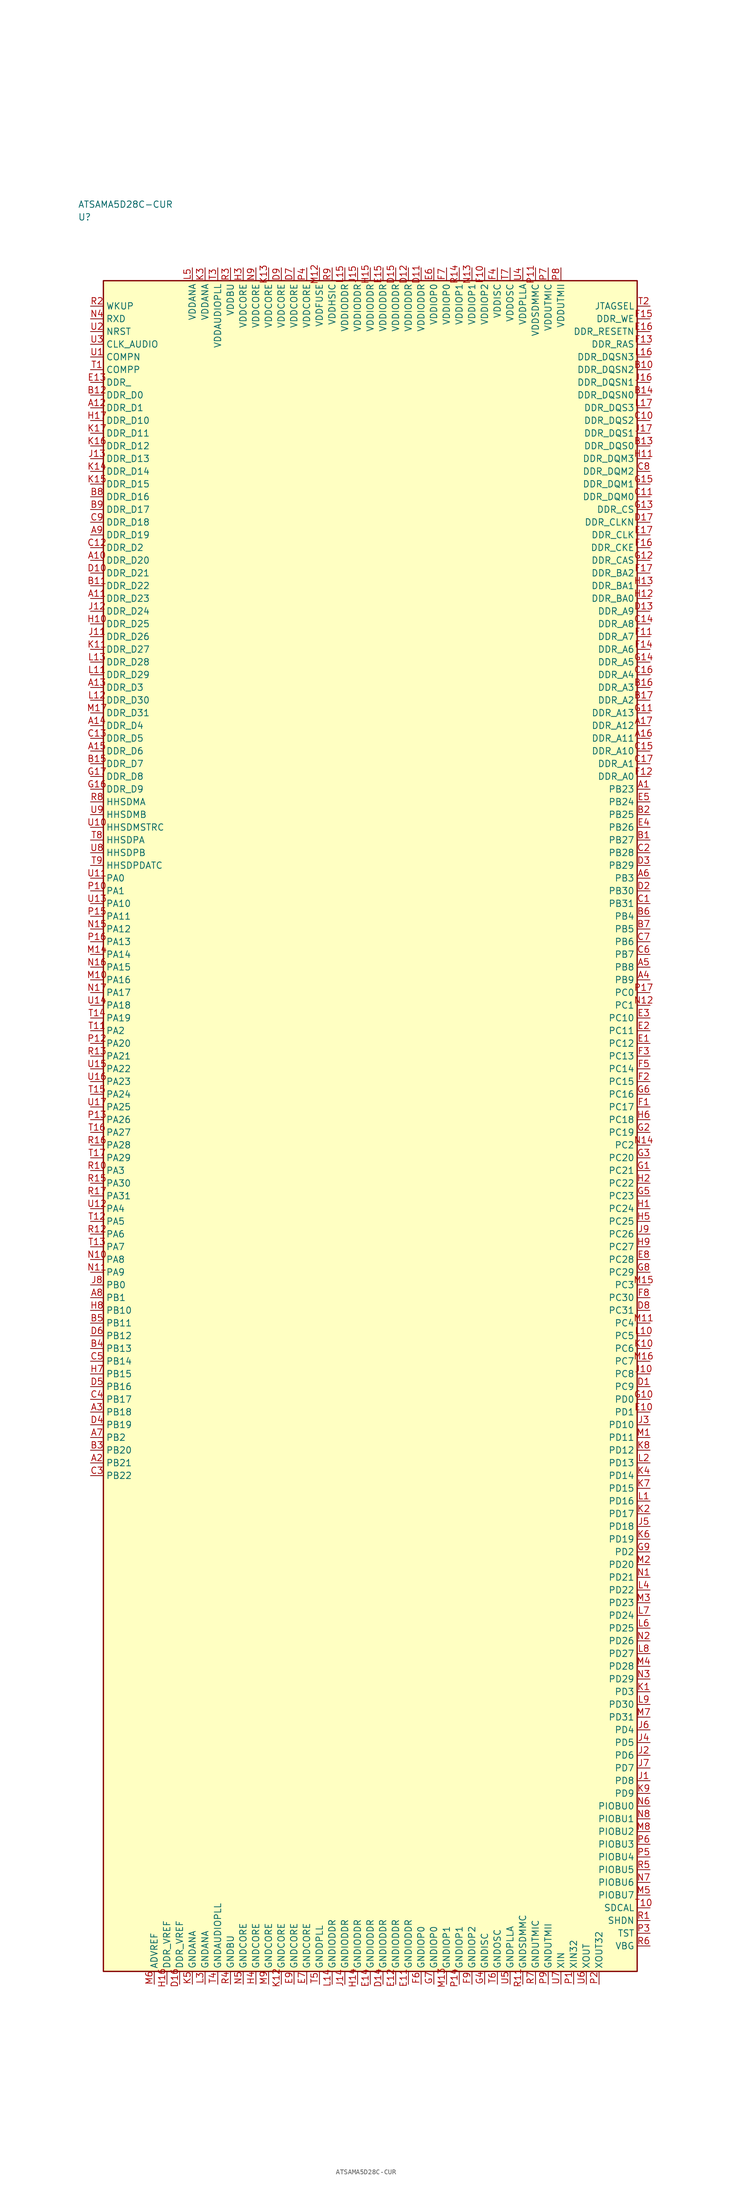
<source format=kicad_sym>
(kicad_symbol_lib
  (version 20241025)
  (generator "kicad_symbol_editor")
  (generator_version "8.0")
  (symbol "ATSAMA5D28C-CUR"
    (property "Reference" "U"
      (at -57.5 178.75 0)
      (effects (font (size 1.27 1.27)) (justify left)))
    (property "Value" "ATSAMA5D28C-CUR"
      (at -57.5 181.25 0)
      (effects (font (size 1.27 1.27)) (justify left)))
    (symbol "ATSAMA5D28C-CUR_0_1"
      (rectangle (start -52.5 166.25) (end 52.5 -166.25) (stroke (width 0.254) (type default)) (fill (type background))))
    (symbol "ATSAMA5D28C-CUR_1_1"
      (pin bidirectional line (at -55.04 48.75 0.0) (length 2.54) (name "PA0" (effects (font (size 1.27 1.27)))) (number "U11" (effects (font (size 1.27 1.27)))))
      (pin bidirectional line (at -55.04 46.25 0.0) (length 2.54) (name "PA1" (effects (font (size 1.27 1.27)))) (number "P10" (effects (font (size 1.27 1.27)))))
      (pin bidirectional line (at -55.04 18.75 0.0) (length 2.54) (name "PA2" (effects (font (size 1.27 1.27)))) (number "T11" (effects (font (size 1.27 1.27)))))
      (pin bidirectional line (at -55.04 -8.75 0.0) (length 2.54) (name "PA3" (effects (font (size 1.27 1.27)))) (number "R10" (effects (font (size 1.27 1.27)))))
      (pin bidirectional line (at -55.04 -16.25 0.0) (length 2.54) (name "PA4" (effects (font (size 1.27 1.27)))) (number "U12" (effects (font (size 1.27 1.27)))))
      (pin bidirectional line (at -55.04 -18.75 0.0) (length 2.54) (name "PA5" (effects (font (size 1.27 1.27)))) (number "T12" (effects (font (size 1.27 1.27)))))
      (pin bidirectional line (at -55.04 -21.25 0.0) (length 2.54) (name "PA6" (effects (font (size 1.27 1.27)))) (number "R12" (effects (font (size 1.27 1.27)))))
      (pin bidirectional line (at -55.04 -23.75 0.0) (length 2.54) (name "PA7" (effects (font (size 1.27 1.27)))) (number "T13" (effects (font (size 1.27 1.27)))))
      (pin bidirectional line (at -55.04 -26.25 0.0) (length 2.54) (name "PA8" (effects (font (size 1.27 1.27)))) (number "N10" (effects (font (size 1.27 1.27)))))
      (pin bidirectional line (at -55.04 -28.75 0.0) (length 2.54) (name "PA9" (effects (font (size 1.27 1.27)))) (number "N11" (effects (font (size 1.27 1.27)))))
      (pin bidirectional line (at -55.04 43.75 0.0) (length 2.54) (name "PA10" (effects (font (size 1.27 1.27)))) (number "U13" (effects (font (size 1.27 1.27)))))
      (pin bidirectional line (at -55.04 41.25 0.0) (length 2.54) (name "PA11" (effects (font (size 1.27 1.27)))) (number "P15" (effects (font (size 1.27 1.27)))))
      (pin bidirectional line (at -55.04 38.75 0.0) (length 2.54) (name "PA12" (effects (font (size 1.27 1.27)))) (number "N15" (effects (font (size 1.27 1.27)))))
      (pin bidirectional line (at -55.04 36.25 0.0) (length 2.54) (name "PA13" (effects (font (size 1.27 1.27)))) (number "P16" (effects (font (size 1.27 1.27)))))
      (pin bidirectional line (at -55.04 33.75 0.0) (length 2.54) (name "PA14" (effects (font (size 1.27 1.27)))) (number "M14" (effects (font (size 1.27 1.27)))))
      (pin bidirectional line (at -55.04 31.25 0.0) (length 2.54) (name "PA15" (effects (font (size 1.27 1.27)))) (number "N16" (effects (font (size 1.27 1.27)))))
      (pin bidirectional line (at -55.04 28.75 0.0) (length 2.54) (name "PA16" (effects (font (size 1.27 1.27)))) (number "M10" (effects (font (size 1.27 1.27)))))
      (pin bidirectional line (at -55.04 26.25 0.0) (length 2.54) (name "PA17" (effects (font (size 1.27 1.27)))) (number "N17" (effects (font (size 1.27 1.27)))))
      (pin bidirectional line (at -55.04 23.75 0.0) (length 2.54) (name "PA18" (effects (font (size 1.27 1.27)))) (number "U14" (effects (font (size 1.27 1.27)))))
      (pin bidirectional line (at -55.04 21.25 0.0) (length 2.54) (name "PA19" (effects (font (size 1.27 1.27)))) (number "T14" (effects (font (size 1.27 1.27)))))
      (pin bidirectional line (at -55.04 16.25 0.0) (length 2.54) (name "PA20" (effects (font (size 1.27 1.27)))) (number "P12" (effects (font (size 1.27 1.27)))))
      (pin bidirectional line (at -55.04 13.75 0.0) (length 2.54) (name "PA21" (effects (font (size 1.27 1.27)))) (number "R13" (effects (font (size 1.27 1.27)))))
      (pin bidirectional line (at -55.04 11.25 0.0) (length 2.54) (name "PA22" (effects (font (size 1.27 1.27)))) (number "U15" (effects (font (size 1.27 1.27)))))
      (pin bidirectional line (at -55.04 8.75 0.0) (length 2.54) (name "PA23" (effects (font (size 1.27 1.27)))) (number "U16" (effects (font (size 1.27 1.27)))))
      (pin bidirectional line (at -55.04 6.25 0.0) (length 2.54) (name "PA24" (effects (font (size 1.27 1.27)))) (number "T15" (effects (font (size 1.27 1.27)))))
      (pin bidirectional line (at -55.04 3.75 0.0) (length 2.54) (name "PA25" (effects (font (size 1.27 1.27)))) (number "U17" (effects (font (size 1.27 1.27)))))
      (pin bidirectional line (at -55.04 1.25 0.0) (length 2.54) (name "PA26" (effects (font (size 1.27 1.27)))) (number "P13" (effects (font (size 1.27 1.27)))))
      (pin bidirectional line (at -55.04 -1.25 0.0) (length 2.54) (name "PA27" (effects (font (size 1.27 1.27)))) (number "T16" (effects (font (size 1.27 1.27)))))
      (pin bidirectional line (at -55.04 -3.75 0.0) (length 2.54) (name "PA28" (effects (font (size 1.27 1.27)))) (number "R16" (effects (font (size 1.27 1.27)))))
      (pin bidirectional line (at -55.04 -6.25 0.0) (length 2.54) (name "PA29" (effects (font (size 1.27 1.27)))) (number "T17" (effects (font (size 1.27 1.27)))))
      (pin bidirectional line (at -55.04 -11.25 0.0) (length 2.54) (name "PA30" (effects (font (size 1.27 1.27)))) (number "R15" (effects (font (size 1.27 1.27)))))
      (pin bidirectional line (at -55.04 -13.75 0.0) (length 2.54) (name "PA31" (effects (font (size 1.27 1.27)))) (number "R17" (effects (font (size 1.27 1.27)))))
      (pin bidirectional line (at -55.04 -31.25 0.0) (length 2.54) (name "PB0" (effects (font (size 1.27 1.27)))) (number "J8" (effects (font (size 1.27 1.27)))))
      (pin bidirectional line (at -55.04 -33.75 0.0) (length 2.54) (name "PB1" (effects (font (size 1.27 1.27)))) (number "A8" (effects (font (size 1.27 1.27)))))
      (pin bidirectional line (at -55.04 -61.25 0.0) (length 2.54) (name "PB2" (effects (font (size 1.27 1.27)))) (number "A7" (effects (font (size 1.27 1.27)))))
      (pin bidirectional line (at 55.04 48.75 180.0) (length 2.54) (name "PB3" (effects (font (size 1.27 1.27)))) (number "A6" (effects (font (size 1.27 1.27)))))
      (pin bidirectional line (at 55.04 41.25 180.0) (length 2.54) (name "PB4" (effects (font (size 1.27 1.27)))) (number "B6" (effects (font (size 1.27 1.27)))))
      (pin bidirectional line (at 55.04 38.75 180.0) (length 2.54) (name "PB5" (effects (font (size 1.27 1.27)))) (number "B7" (effects (font (size 1.27 1.27)))))
      (pin bidirectional line (at 55.04 36.25 180.0) (length 2.54) (name "PB6" (effects (font (size 1.27 1.27)))) (number "C7" (effects (font (size 1.27 1.27)))))
      (pin bidirectional line (at 55.04 33.75 180.0) (length 2.54) (name "PB7" (effects (font (size 1.27 1.27)))) (number "C6" (effects (font (size 1.27 1.27)))))
      (pin bidirectional line (at 55.04 31.25 180.0) (length 2.54) (name "PB8" (effects (font (size 1.27 1.27)))) (number "A5" (effects (font (size 1.27 1.27)))))
      (pin bidirectional line (at 55.04 28.75 180.0) (length 2.54) (name "PB9" (effects (font (size 1.27 1.27)))) (number "A4" (effects (font (size 1.27 1.27)))))
      (pin bidirectional line (at -55.04 -36.25 0.0) (length 2.54) (name "PB10" (effects (font (size 1.27 1.27)))) (number "H8" (effects (font (size 1.27 1.27)))))
      (pin bidirectional line (at -55.04 -38.75 0.0) (length 2.54) (name "PB11" (effects (font (size 1.27 1.27)))) (number "B5" (effects (font (size 1.27 1.27)))))
      (pin bidirectional line (at -55.04 -41.25 0.0) (length 2.54) (name "PB12" (effects (font (size 1.27 1.27)))) (number "D6" (effects (font (size 1.27 1.27)))))
      (pin bidirectional line (at -55.04 -43.75 0.0) (length 2.54) (name "PB13" (effects (font (size 1.27 1.27)))) (number "B4" (effects (font (size 1.27 1.27)))))
      (pin bidirectional line (at -55.04 -46.25 0.0) (length 2.54) (name "PB14" (effects (font (size 1.27 1.27)))) (number "C5" (effects (font (size 1.27 1.27)))))
      (pin bidirectional line (at -55.04 -48.75 0.0) (length 2.54) (name "PB15" (effects (font (size 1.27 1.27)))) (number "H7" (effects (font (size 1.27 1.27)))))
      (pin bidirectional line (at -55.04 -51.25 0.0) (length 2.54) (name "PB16" (effects (font (size 1.27 1.27)))) (number "D5" (effects (font (size 1.27 1.27)))))
      (pin bidirectional line (at -55.04 -53.75 0.0) (length 2.54) (name "PB17" (effects (font (size 1.27 1.27)))) (number "C4" (effects (font (size 1.27 1.27)))))
      (pin bidirectional line (at -55.04 -56.25 0.0) (length 2.54) (name "PB18" (effects (font (size 1.27 1.27)))) (number "A3" (effects (font (size 1.27 1.27)))))
      (pin bidirectional line (at -55.04 -58.75 0.0) (length 2.54) (name "PB19" (effects (font (size 1.27 1.27)))) (number "D4" (effects (font (size 1.27 1.27)))))
      (pin bidirectional line (at -55.04 -63.75 0.0) (length 2.54) (name "PB20" (effects (font (size 1.27 1.27)))) (number "B3" (effects (font (size 1.27 1.27)))))
      (pin bidirectional line (at -55.04 -66.25 0.0) (length 2.54) (name "PB21" (effects (font (size 1.27 1.27)))) (number "A2" (effects (font (size 1.27 1.27)))))
      (pin bidirectional line (at -55.04 -68.75 0.0) (length 2.54) (name "PB22" (effects (font (size 1.27 1.27)))) (number "C3" (effects (font (size 1.27 1.27)))))
      (pin bidirectional line (at 55.04 66.25 180.0) (length 2.54) (name "PB23" (effects (font (size 1.27 1.27)))) (number "A1" (effects (font (size 1.27 1.27)))))
      (pin bidirectional line (at 55.04 63.75 180.0) (length 2.54) (name "PB24" (effects (font (size 1.27 1.27)))) (number "E5" (effects (font (size 1.27 1.27)))))
      (pin bidirectional line (at 55.04 61.25 180.0) (length 2.54) (name "PB25" (effects (font (size 1.27 1.27)))) (number "B2" (effects (font (size 1.27 1.27)))))
      (pin bidirectional line (at 55.04 58.75 180.0) (length 2.54) (name "PB26" (effects (font (size 1.27 1.27)))) (number "E4" (effects (font (size 1.27 1.27)))))
      (pin bidirectional line (at 55.04 56.25 180.0) (length 2.54) (name "PB27" (effects (font (size 1.27 1.27)))) (number "B1" (effects (font (size 1.27 1.27)))))
      (pin bidirectional line (at 55.04 53.75 180.0) (length 2.54) (name "PB28" (effects (font (size 1.27 1.27)))) (number "C2" (effects (font (size 1.27 1.27)))))
      (pin bidirectional line (at 55.04 51.25 180.0) (length 2.54) (name "PB29" (effects (font (size 1.27 1.27)))) (number "D3" (effects (font (size 1.27 1.27)))))
      (pin bidirectional line (at 55.04 46.25 180.0) (length 2.54) (name "PB30" (effects (font (size 1.27 1.27)))) (number "D2" (effects (font (size 1.27 1.27)))))
      (pin bidirectional line (at 55.04 43.75 180.0) (length 2.54) (name "PB31" (effects (font (size 1.27 1.27)))) (number "C1" (effects (font (size 1.27 1.27)))))
      (pin bidirectional line (at 55.04 26.25 180.0) (length 2.54) (name "PC0" (effects (font (size 1.27 1.27)))) (number "P17" (effects (font (size 1.27 1.27)))))
      (pin bidirectional line (at 55.04 23.75 180.0) (length 2.54) (name "PC1" (effects (font (size 1.27 1.27)))) (number "N12" (effects (font (size 1.27 1.27)))))
      (pin bidirectional line (at 55.04 -3.75 180.0) (length 2.54) (name "PC2" (effects (font (size 1.27 1.27)))) (number "N14" (effects (font (size 1.27 1.27)))))
      (pin bidirectional line (at 55.04 -31.25 180.0) (length 2.54) (name "PC3" (effects (font (size 1.27 1.27)))) (number "M15" (effects (font (size 1.27 1.27)))))
      (pin bidirectional line (at 55.04 -38.75 180.0) (length 2.54) (name "PC4" (effects (font (size 1.27 1.27)))) (number "M11" (effects (font (size 1.27 1.27)))))
      (pin bidirectional line (at 55.04 -41.25 180.0) (length 2.54) (name "PC5" (effects (font (size 1.27 1.27)))) (number "L10" (effects (font (size 1.27 1.27)))))
      (pin bidirectional line (at 55.04 -43.75 180.0) (length 2.54) (name "PC6" (effects (font (size 1.27 1.27)))) (number "K10" (effects (font (size 1.27 1.27)))))
      (pin bidirectional line (at 55.04 -46.25 180.0) (length 2.54) (name "PC7" (effects (font (size 1.27 1.27)))) (number "M16" (effects (font (size 1.27 1.27)))))
      (pin bidirectional line (at 55.04 -48.75 180.0) (length 2.54) (name "PC8" (effects (font (size 1.27 1.27)))) (number "J10" (effects (font (size 1.27 1.27)))))
      (pin bidirectional line (at 55.04 -51.25 180.0) (length 2.54) (name "PC9" (effects (font (size 1.27 1.27)))) (number "D1" (effects (font (size 1.27 1.27)))))
      (pin bidirectional line (at 55.04 21.25 180.0) (length 2.54) (name "PC10" (effects (font (size 1.27 1.27)))) (number "E3" (effects (font (size 1.27 1.27)))))
      (pin bidirectional line (at 55.04 18.75 180.0) (length 2.54) (name "PC11" (effects (font (size 1.27 1.27)))) (number "E2" (effects (font (size 1.27 1.27)))))
      (pin bidirectional line (at 55.04 16.25 180.0) (length 2.54) (name "PC12" (effects (font (size 1.27 1.27)))) (number "E1" (effects (font (size 1.27 1.27)))))
      (pin bidirectional line (at 55.04 13.75 180.0) (length 2.54) (name "PC13" (effects (font (size 1.27 1.27)))) (number "F3" (effects (font (size 1.27 1.27)))))
      (pin bidirectional line (at 55.04 11.25 180.0) (length 2.54) (name "PC14" (effects (font (size 1.27 1.27)))) (number "F5" (effects (font (size 1.27 1.27)))))
      (pin bidirectional line (at 55.04 8.75 180.0) (length 2.54) (name "PC15" (effects (font (size 1.27 1.27)))) (number "F2" (effects (font (size 1.27 1.27)))))
      (pin bidirectional line (at 55.04 6.25 180.0) (length 2.54) (name "PC16" (effects (font (size 1.27 1.27)))) (number "G6" (effects (font (size 1.27 1.27)))))
      (pin bidirectional line (at 55.04 3.75 180.0) (length 2.54) (name "PC17" (effects (font (size 1.27 1.27)))) (number "F1" (effects (font (size 1.27 1.27)))))
      (pin bidirectional line (at 55.04 1.25 180.0) (length 2.54) (name "PC18" (effects (font (size 1.27 1.27)))) (number "H6" (effects (font (size 1.27 1.27)))))
      (pin bidirectional line (at 55.04 -1.25 180.0) (length 2.54) (name "PC19" (effects (font (size 1.27 1.27)))) (number "G2" (effects (font (size 1.27 1.27)))))
      (pin bidirectional line (at 55.04 -6.25 180.0) (length 2.54) (name "PC20" (effects (font (size 1.27 1.27)))) (number "G3" (effects (font (size 1.27 1.27)))))
      (pin bidirectional line (at 55.04 -8.75 180.0) (length 2.54) (name "PC21" (effects (font (size 1.27 1.27)))) (number "G1" (effects (font (size 1.27 1.27)))))
      (pin bidirectional line (at 55.04 -11.25 180.0) (length 2.54) (name "PC22" (effects (font (size 1.27 1.27)))) (number "H2" (effects (font (size 1.27 1.27)))))
      (pin bidirectional line (at 55.04 -13.75 180.0) (length 2.54) (name "PC23" (effects (font (size 1.27 1.27)))) (number "G5" (effects (font (size 1.27 1.27)))))
      (pin bidirectional line (at 55.04 -16.25 180.0) (length 2.54) (name "PC24" (effects (font (size 1.27 1.27)))) (number "H1" (effects (font (size 1.27 1.27)))))
      (pin bidirectional line (at 55.04 -18.75 180.0) (length 2.54) (name "PC25" (effects (font (size 1.27 1.27)))) (number "H5" (effects (font (size 1.27 1.27)))))
      (pin bidirectional line (at 55.04 -21.25 180.0) (length 2.54) (name "PC26" (effects (font (size 1.27 1.27)))) (number "J9" (effects (font (size 1.27 1.27)))))
      (pin bidirectional line (at 55.04 -23.75 180.0) (length 2.54) (name "PC27" (effects (font (size 1.27 1.27)))) (number "H9" (effects (font (size 1.27 1.27)))))
      (pin bidirectional line (at 55.04 -26.25 180.0) (length 2.54) (name "PC28" (effects (font (size 1.27 1.27)))) (number "E8" (effects (font (size 1.27 1.27)))))
      (pin bidirectional line (at 55.04 -28.75 180.0) (length 2.54) (name "PC29" (effects (font (size 1.27 1.27)))) (number "G8" (effects (font (size 1.27 1.27)))))
      (pin bidirectional line (at 55.04 -33.75 180.0) (length 2.54) (name "PC30" (effects (font (size 1.27 1.27)))) (number "F8" (effects (font (size 1.27 1.27)))))
      (pin bidirectional line (at 55.04 -36.25 180.0) (length 2.54) (name "PC31" (effects (font (size 1.27 1.27)))) (number "D8" (effects (font (size 1.27 1.27)))))
      (pin bidirectional line (at 55.04 -53.75 180.0) (length 2.54) (name "PD0" (effects (font (size 1.27 1.27)))) (number "G10" (effects (font (size 1.27 1.27)))))
      (pin bidirectional line (at 55.04 -56.25 180.0) (length 2.54) (name "PD1" (effects (font (size 1.27 1.27)))) (number "E10" (effects (font (size 1.27 1.27)))))
      (pin bidirectional line (at 55.04 -83.75 180.0) (length 2.54) (name "PD2" (effects (font (size 1.27 1.27)))) (number "G9" (effects (font (size 1.27 1.27)))))
      (pin bidirectional line (at 55.04 -111.25 180.0) (length 2.54) (name "PD3" (effects (font (size 1.27 1.27)))) (number "K1" (effects (font (size 1.27 1.27)))))
      (pin bidirectional line (at 55.04 -118.75 180.0) (length 2.54) (name "PD4" (effects (font (size 1.27 1.27)))) (number "J6" (effects (font (size 1.27 1.27)))))
      (pin bidirectional line (at 55.04 -121.25 180.0) (length 2.54) (name "PD5" (effects (font (size 1.27 1.27)))) (number "J4" (effects (font (size 1.27 1.27)))))
      (pin bidirectional line (at 55.04 -123.75 180.0) (length 2.54) (name "PD6" (effects (font (size 1.27 1.27)))) (number "J2" (effects (font (size 1.27 1.27)))))
      (pin bidirectional line (at 55.04 -126.25 180.0) (length 2.54) (name "PD7" (effects (font (size 1.27 1.27)))) (number "J7" (effects (font (size 1.27 1.27)))))
      (pin bidirectional line (at 55.04 -128.75 180.0) (length 2.54) (name "PD8" (effects (font (size 1.27 1.27)))) (number "J1" (effects (font (size 1.27 1.27)))))
      (pin bidirectional line (at 55.04 -131.25 180.0) (length 2.54) (name "PD9" (effects (font (size 1.27 1.27)))) (number "K9" (effects (font (size 1.27 1.27)))))
      (pin bidirectional line (at 55.04 -58.75 180.0) (length 2.54) (name "PD10" (effects (font (size 1.27 1.27)))) (number "J3" (effects (font (size 1.27 1.27)))))
      (pin bidirectional line (at 55.04 -61.25 180.0) (length 2.54) (name "PD11" (effects (font (size 1.27 1.27)))) (number "M1" (effects (font (size 1.27 1.27)))))
      (pin bidirectional line (at 55.04 -63.75 180.0) (length 2.54) (name "PD12" (effects (font (size 1.27 1.27)))) (number "K8" (effects (font (size 1.27 1.27)))))
      (pin bidirectional line (at 55.04 -66.25 180.0) (length 2.54) (name "PD13" (effects (font (size 1.27 1.27)))) (number "L2" (effects (font (size 1.27 1.27)))))
      (pin bidirectional line (at 55.04 -68.75 180.0) (length 2.54) (name "PD14" (effects (font (size 1.27 1.27)))) (number "K4" (effects (font (size 1.27 1.27)))))
      (pin bidirectional line (at 55.04 -71.25 180.0) (length 2.54) (name "PD15" (effects (font (size 1.27 1.27)))) (number "K7" (effects (font (size 1.27 1.27)))))
      (pin bidirectional line (at 55.04 -73.75 180.0) (length 2.54) (name "PD16" (effects (font (size 1.27 1.27)))) (number "L1" (effects (font (size 1.27 1.27)))))
      (pin bidirectional line (at 55.04 -76.25 180.0) (length 2.54) (name "PD17" (effects (font (size 1.27 1.27)))) (number "K2" (effects (font (size 1.27 1.27)))))
      (pin bidirectional line (at 55.04 -78.75 180.0) (length 2.54) (name "PD18" (effects (font (size 1.27 1.27)))) (number "J5" (effects (font (size 1.27 1.27)))))
      (pin bidirectional line (at 55.04 -81.25 180.0) (length 2.54) (name "PD19" (effects (font (size 1.27 1.27)))) (number "K6" (effects (font (size 1.27 1.27)))))
      (pin bidirectional line (at 55.04 -86.25 180.0) (length 2.54) (name "PD20" (effects (font (size 1.27 1.27)))) (number "M2" (effects (font (size 1.27 1.27)))))
      (pin bidirectional line (at 55.04 -88.75 180.0) (length 2.54) (name "PD21" (effects (font (size 1.27 1.27)))) (number "N1" (effects (font (size 1.27 1.27)))))
      (pin bidirectional line (at 55.04 -91.25 180.0) (length 2.54) (name "PD22" (effects (font (size 1.27 1.27)))) (number "L4" (effects (font (size 1.27 1.27)))))
      (pin bidirectional line (at 55.04 -93.75 180.0) (length 2.54) (name "PD23" (effects (font (size 1.27 1.27)))) (number "M3" (effects (font (size 1.27 1.27)))))
      (pin bidirectional line (at 55.04 -96.25 180.0) (length 2.54) (name "PD24" (effects (font (size 1.27 1.27)))) (number "L7" (effects (font (size 1.27 1.27)))))
      (pin bidirectional line (at 55.04 -98.75 180.0) (length 2.54) (name "PD25" (effects (font (size 1.27 1.27)))) (number "L6" (effects (font (size 1.27 1.27)))))
      (pin bidirectional line (at 55.04 -101.25 180.0) (length 2.54) (name "PD26" (effects (font (size 1.27 1.27)))) (number "N2" (effects (font (size 1.27 1.27)))))
      (pin bidirectional line (at 55.04 -103.75 180.0) (length 2.54) (name "PD27" (effects (font (size 1.27 1.27)))) (number "L8" (effects (font (size 1.27 1.27)))))
      (pin bidirectional line (at 55.04 -106.25 180.0) (length 2.54) (name "PD28" (effects (font (size 1.27 1.27)))) (number "M4" (effects (font (size 1.27 1.27)))))
      (pin bidirectional line (at 55.04 -108.75 180.0) (length 2.54) (name "PD29" (effects (font (size 1.27 1.27)))) (number "N3" (effects (font (size 1.27 1.27)))))
      (pin bidirectional line (at 55.04 -113.75 180.0) (length 2.54) (name "PD30" (effects (font (size 1.27 1.27)))) (number "L9" (effects (font (size 1.27 1.27)))))
      (pin bidirectional line (at 55.04 -116.25 180.0) (length 2.54) (name "PD31" (effects (font (size 1.27 1.27)))) (number "M7" (effects (font (size 1.27 1.27)))))
      (pin power_in line (at -35.0 168.79 270.0) (length 2.54) (name "VDDANA" (effects (font (size 1.27 1.27)))) (number "L5" (effects (font (size 1.27 1.27)))))
      (pin passive line (at -35.0 -168.79 90.0) (length 2.54) (name "GNDANA" (effects (font (size 1.27 1.27)))) (number "K5" (effects (font (size 1.27 1.27)))))
      (pin passive line (at -42.5 -168.79 90.0) (length 2.54) (name "ADVREF" (effects (font (size 1.27 1.27)))) (number "M6" (effects (font (size 1.27 1.27)))))
      (pin power_in line (at -32.5 168.79 270.0) (length 2.54) (name "VDDANA" (effects (font (size 1.27 1.27)))) (number "K3" (effects (font (size 1.27 1.27)))))
      (pin passive line (at -32.5 -168.79 90.0) (length 2.54) (name "GNDANA" (effects (font (size 1.27 1.27)))) (number "L3" (effects (font (size 1.27 1.27)))))
      (pin passive line (at -40.0 -168.79 90.0) (length 2.54) (name "DDR_VREF" (effects (font (size 1.27 1.27)))) (number "H16" (effects (font (size 1.27 1.27)))))
      (pin passive line (at -37.5 -168.79 90.0) (length 2.54) (name "DDR_VREF" (effects (font (size 1.27 1.27)))) (number "D16" (effects (font (size 1.27 1.27)))))
      (pin bidirectional line (at -55.04 143.75 0.0) (length 2.54) (name "DDR_D0" (effects (font (size 1.27 1.27)))) (number "B12" (effects (font (size 1.27 1.27)))))
      (pin bidirectional line (at -55.04 141.25 0.0) (length 2.54) (name "DDR_D1" (effects (font (size 1.27 1.27)))) (number "A12" (effects (font (size 1.27 1.27)))))
      (pin bidirectional line (at -55.04 113.75 0.0) (length 2.54) (name "DDR_D2" (effects (font (size 1.27 1.27)))) (number "C12" (effects (font (size 1.27 1.27)))))
      (pin bidirectional line (at -55.04 86.25 0.0) (length 2.54) (name "DDR_D3" (effects (font (size 1.27 1.27)))) (number "A13" (effects (font (size 1.27 1.27)))))
      (pin bidirectional line (at -55.04 78.75 0.0) (length 2.54) (name "DDR_D4" (effects (font (size 1.27 1.27)))) (number "A14" (effects (font (size 1.27 1.27)))))
      (pin bidirectional line (at -55.04 76.25 0.0) (length 2.54) (name "DDR_D5" (effects (font (size 1.27 1.27)))) (number "C13" (effects (font (size 1.27 1.27)))))
      (pin bidirectional line (at -55.04 73.75 0.0) (length 2.54) (name "DDR_D6" (effects (font (size 1.27 1.27)))) (number "A15" (effects (font (size 1.27 1.27)))))
      (pin bidirectional line (at -55.04 71.25 0.0) (length 2.54) (name "DDR_D7" (effects (font (size 1.27 1.27)))) (number "B15" (effects (font (size 1.27 1.27)))))
      (pin bidirectional line (at -55.04 68.75 0.0) (length 2.54) (name "DDR_D8" (effects (font (size 1.27 1.27)))) (number "G17" (effects (font (size 1.27 1.27)))))
      (pin bidirectional line (at -55.04 66.25 0.0) (length 2.54) (name "DDR_D9" (effects (font (size 1.27 1.27)))) (number "G16" (effects (font (size 1.27 1.27)))))
      (pin bidirectional line (at -55.04 138.75 0.0) (length 2.54) (name "DDR_D10" (effects (font (size 1.27 1.27)))) (number "H17" (effects (font (size 1.27 1.27)))))
      (pin bidirectional line (at -55.04 136.25 0.0) (length 2.54) (name "DDR_D11" (effects (font (size 1.27 1.27)))) (number "K17" (effects (font (size 1.27 1.27)))))
      (pin bidirectional line (at -55.04 133.75 0.0) (length 2.54) (name "DDR_D12" (effects (font (size 1.27 1.27)))) (number "K16" (effects (font (size 1.27 1.27)))))
      (pin bidirectional line (at -55.04 131.25 0.0) (length 2.54) (name "DDR_D13" (effects (font (size 1.27 1.27)))) (number "J13" (effects (font (size 1.27 1.27)))))
      (pin bidirectional line (at -55.04 128.75 0.0) (length 2.54) (name "DDR_D14" (effects (font (size 1.27 1.27)))) (number "K14" (effects (font (size 1.27 1.27)))))
      (pin bidirectional line (at -55.04 126.25 0.0) (length 2.54) (name "DDR_D15" (effects (font (size 1.27 1.27)))) (number "K15" (effects (font (size 1.27 1.27)))))
      (pin bidirectional line (at -55.04 123.75 0.0) (length 2.54) (name "DDR_D16" (effects (font (size 1.27 1.27)))) (number "B8" (effects (font (size 1.27 1.27)))))
      (pin bidirectional line (at -55.04 121.25 0.0) (length 2.54) (name "DDR_D17" (effects (font (size 1.27 1.27)))) (number "B9" (effects (font (size 1.27 1.27)))))
      (pin bidirectional line (at -55.04 118.75 0.0) (length 2.54) (name "DDR_D18" (effects (font (size 1.27 1.27)))) (number "C9" (effects (font (size 1.27 1.27)))))
      (pin bidirectional line (at -55.04 116.25 0.0) (length 2.54) (name "DDR_D19" (effects (font (size 1.27 1.27)))) (number "A9" (effects (font (size 1.27 1.27)))))
      (pin bidirectional line (at -55.04 111.25 0.0) (length 2.54) (name "DDR_D20" (effects (font (size 1.27 1.27)))) (number "A10" (effects (font (size 1.27 1.27)))))
      (pin bidirectional line (at -55.04 108.75 0.0) (length 2.54) (name "DDR_D21" (effects (font (size 1.27 1.27)))) (number "D10" (effects (font (size 1.27 1.27)))))
      (pin bidirectional line (at -55.04 106.25 0.0) (length 2.54) (name "DDR_D22" (effects (font (size 1.27 1.27)))) (number "B11" (effects (font (size 1.27 1.27)))))
      (pin bidirectional line (at -55.04 103.75 0.0) (length 2.54) (name "DDR_D23" (effects (font (size 1.27 1.27)))) (number "A11" (effects (font (size 1.27 1.27)))))
      (pin bidirectional line (at -55.04 101.25 0.0) (length 2.54) (name "DDR_D24" (effects (font (size 1.27 1.27)))) (number "J12" (effects (font (size 1.27 1.27)))))
      (pin bidirectional line (at -55.04 98.75 0.0) (length 2.54) (name "DDR_D25" (effects (font (size 1.27 1.27)))) (number "H10" (effects (font (size 1.27 1.27)))))
      (pin bidirectional line (at -55.04 96.25 0.0) (length 2.54) (name "DDR_D26" (effects (font (size 1.27 1.27)))) (number "J11" (effects (font (size 1.27 1.27)))))
      (pin bidirectional line (at -55.04 93.75 0.0) (length 2.54) (name "DDR_D27" (effects (font (size 1.27 1.27)))) (number "K11" (effects (font (size 1.27 1.27)))))
      (pin bidirectional line (at -55.04 91.25 0.0) (length 2.54) (name "DDR_D28" (effects (font (size 1.27 1.27)))) (number "L13" (effects (font (size 1.27 1.27)))))
      (pin bidirectional line (at -55.04 88.75 0.0) (length 2.54) (name "DDR_D29" (effects (font (size 1.27 1.27)))) (number "L11" (effects (font (size 1.27 1.27)))))
      (pin bidirectional line (at -55.04 83.75 0.0) (length 2.54) (name "DDR_D30" (effects (font (size 1.27 1.27)))) (number "L12" (effects (font (size 1.27 1.27)))))
      (pin bidirectional line (at -55.04 81.25 0.0) (length 2.54) (name "DDR_D31" (effects (font (size 1.27 1.27)))) (number "M17" (effects (font (size 1.27 1.27)))))
      (pin output line (at 55.04 68.75 180.0) (length 2.54) (name "DDR_A0" (effects (font (size 1.27 1.27)))) (number "F12" (effects (font (size 1.27 1.27)))))
      (pin output line (at 55.04 71.25 180.0) (length 2.54) (name "DDR_A1" (effects (font (size 1.27 1.27)))) (number "C17" (effects (font (size 1.27 1.27)))))
      (pin output line (at 55.04 83.75 180.0) (length 2.54) (name "DDR_A2" (effects (font (size 1.27 1.27)))) (number "B17" (effects (font (size 1.27 1.27)))))
      (pin output line (at 55.04 86.25 180.0) (length 2.54) (name "DDR_A3" (effects (font (size 1.27 1.27)))) (number "B16" (effects (font (size 1.27 1.27)))))
      (pin output line (at 55.04 88.75 180.0) (length 2.54) (name "DDR_A4" (effects (font (size 1.27 1.27)))) (number "C16" (effects (font (size 1.27 1.27)))))
      (pin output line (at 55.04 91.25 180.0) (length 2.54) (name "DDR_A5" (effects (font (size 1.27 1.27)))) (number "G14" (effects (font (size 1.27 1.27)))))
      (pin output line (at 55.04 93.75 180.0) (length 2.54) (name "DDR_A6" (effects (font (size 1.27 1.27)))) (number "F14" (effects (font (size 1.27 1.27)))))
      (pin output line (at 55.04 96.25 180.0) (length 2.54) (name "DDR_A7" (effects (font (size 1.27 1.27)))) (number "F11" (effects (font (size 1.27 1.27)))))
      (pin output line (at 55.04 98.75 180.0) (length 2.54) (name "DDR_A8" (effects (font (size 1.27 1.27)))) (number "C14" (effects (font (size 1.27 1.27)))))
      (pin output line (at 55.04 101.25 180.0) (length 2.54) (name "DDR_A9" (effects (font (size 1.27 1.27)))) (number "D13" (effects (font (size 1.27 1.27)))))
      (pin output line (at 55.04 73.75 180.0) (length 2.54) (name "DDR_A10" (effects (font (size 1.27 1.27)))) (number "C15" (effects (font (size 1.27 1.27)))))
      (pin output line (at 55.04 76.25 180.0) (length 2.54) (name "DDR_A11" (effects (font (size 1.27 1.27)))) (number "A16" (effects (font (size 1.27 1.27)))))
      (pin output line (at 55.04 78.75 180.0) (length 2.54) (name "DDR_A12" (effects (font (size 1.27 1.27)))) (number "A17" (effects (font (size 1.27 1.27)))))
      (pin output line (at 55.04 81.25 180.0) (length 2.54) (name "DDR_A13" (effects (font (size 1.27 1.27)))) (number "G11" (effects (font (size 1.27 1.27)))))
      (pin output line (at 55.04 116.25 180.0) (length 2.54) (name "DDR_CLK" (effects (font (size 1.27 1.27)))) (number "E17" (effects (font (size 1.27 1.27)))))
      (pin output line (at 55.04 118.75 180.0) (length 2.54) (name "DDR_CLKN" (effects (font (size 1.27 1.27)))) (number "D17" (effects (font (size 1.27 1.27)))))
      (pin output line (at 55.04 113.75 180.0) (length 2.54) (name "DDR_CKE" (effects (font (size 1.27 1.27)))) (number "F16" (effects (font (size 1.27 1.27)))))
      (pin output line (at 55.04 156.25 180.0) (length 2.54) (name "DDR_RESETN" (effects (font (size 1.27 1.27)))) (number "E16" (effects (font (size 1.27 1.27)))))
      (pin output line (at 55.04 121.25 180.0) (length 2.54) (name "DDR_CS" (effects (font (size 1.27 1.27)))) (number "G13" (effects (font (size 1.27 1.27)))))
      (pin output line (at 55.04 158.75 180.0) (length 2.54) (name "DDR_WE" (effects (font (size 1.27 1.27)))) (number "F15" (effects (font (size 1.27 1.27)))))
      (pin output line (at 55.04 153.75 180.0) (length 2.54) (name "DDR_RAS" (effects (font (size 1.27 1.27)))) (number "F13" (effects (font (size 1.27 1.27)))))
      (pin output line (at 55.04 111.25 180.0) (length 2.54) (name "DDR_CAS" (effects (font (size 1.27 1.27)))) (number "G12" (effects (font (size 1.27 1.27)))))
      (pin output line (at 55.04 123.75 180.0) (length 2.54) (name "DDR_DQM0" (effects (font (size 1.27 1.27)))) (number "C11" (effects (font (size 1.27 1.27)))))
      (pin output line (at 55.04 126.25 180.0) (length 2.54) (name "DDR_DQM1" (effects (font (size 1.27 1.27)))) (number "G15" (effects (font (size 1.27 1.27)))))
      (pin output line (at 55.04 128.75 180.0) (length 2.54) (name "DDR_DQM2" (effects (font (size 1.27 1.27)))) (number "C8" (effects (font (size 1.27 1.27)))))
      (pin output line (at 55.04 131.25 180.0) (length 2.54) (name "DDR_DQM3" (effects (font (size 1.27 1.27)))) (number "H11" (effects (font (size 1.27 1.27)))))
      (pin output line (at 55.04 133.75 180.0) (length 2.54) (name "DDR_DQS0" (effects (font (size 1.27 1.27)))) (number "B13" (effects (font (size 1.27 1.27)))))
      (pin output line (at 55.04 136.25 180.0) (length 2.54) (name "DDR_DQS1" (effects (font (size 1.27 1.27)))) (number "J17" (effects (font (size 1.27 1.27)))))
      (pin output line (at 55.04 138.75 180.0) (length 2.54) (name "DDR_DQS2" (effects (font (size 1.27 1.27)))) (number "C10" (effects (font (size 1.27 1.27)))))
      (pin output line (at 55.04 141.25 180.0) (length 2.54) (name "DDR_DQS3" (effects (font (size 1.27 1.27)))) (number "L17" (effects (font (size 1.27 1.27)))))
      (pin output line (at 55.04 143.75 180.0) (length 2.54) (name "DDR_DQSN0" (effects (font (size 1.27 1.27)))) (number "B14" (effects (font (size 1.27 1.27)))))
      (pin output line (at 55.04 146.25 180.0) (length 2.54) (name "DDR_DQSN1" (effects (font (size 1.27 1.27)))) (number "J16" (effects (font (size 1.27 1.27)))))
      (pin output line (at 55.04 148.75 180.0) (length 2.54) (name "DDR_DQSN2" (effects (font (size 1.27 1.27)))) (number "B10" (effects (font (size 1.27 1.27)))))
      (pin output line (at 55.04 151.25 180.0) (length 2.54) (name "DDR_DQSN3" (effects (font (size 1.27 1.27)))) (number "L16" (effects (font (size 1.27 1.27)))))
      (pin output line (at 55.04 103.75 180.0) (length 2.54) (name "DDR_BA0" (effects (font (size 1.27 1.27)))) (number "H12" (effects (font (size 1.27 1.27)))))
      (pin output line (at 55.04 106.25 180.0) (length 2.54) (name "DDR_BA1" (effects (font (size 1.27 1.27)))) (number "H13" (effects (font (size 1.27 1.27)))))
      (pin output line (at 55.04 108.75 180.0) (length 2.54) (name "DDR_BA2" (effects (font (size 1.27 1.27)))) (number "F17" (effects (font (size 1.27 1.27)))))
      (pin bidirectional line (at -55.04 146.25 0.0) (length 2.54) (name "DDR_" (effects (font (size 1.27 1.27)))) (number "E13" (effects (font (size 1.27 1.27)))))
      (pin power_in line (at -5.0 168.79 270.0) (length 2.54) (name "VDDIODDR" (effects (font (size 1.27 1.27)))) (number "L15" (effects (font (size 1.27 1.27)))))
      (pin power_in line (at -2.5 168.79 270.0) (length 2.54) (name "VDDIODDR" (effects (font (size 1.27 1.27)))) (number "J15" (effects (font (size 1.27 1.27)))))
      (pin power_in line (at 0.0 168.79 270.0) (length 2.54) (name "VDDIODDR" (effects (font (size 1.27 1.27)))) (number "H15" (effects (font (size 1.27 1.27)))))
      (pin power_in line (at 2.5 168.79 270.0) (length 2.54) (name "VDDIODDR" (effects (font (size 1.27 1.27)))) (number "E15" (effects (font (size 1.27 1.27)))))
      (pin power_in line (at 5.0 168.79 270.0) (length 2.54) (name "VDDIODDR" (effects (font (size 1.27 1.27)))) (number "D15" (effects (font (size 1.27 1.27)))))
      (pin power_in line (at 7.5 168.79 270.0) (length 2.54) (name "VDDIODDR" (effects (font (size 1.27 1.27)))) (number "D12" (effects (font (size 1.27 1.27)))))
      (pin power_in line (at 10.0 168.79 270.0) (length 2.54) (name "VDDIODDR" (effects (font (size 1.27 1.27)))) (number "D11" (effects (font (size 1.27 1.27)))))
      (pin passive line (at -7.5 -168.79 90.0) (length 2.54) (name "GNDIODDR" (effects (font (size 1.27 1.27)))) (number "L14" (effects (font (size 1.27 1.27)))))
      (pin passive line (at -5.0 -168.79 90.0) (length 2.54) (name "GNDIODDR" (effects (font (size 1.27 1.27)))) (number "J14" (effects (font (size 1.27 1.27)))))
      (pin passive line (at -2.5 -168.79 90.0) (length 2.54) (name "GNDIODDR" (effects (font (size 1.27 1.27)))) (number "H14" (effects (font (size 1.27 1.27)))))
      (pin passive line (at 0.0 -168.79 90.0) (length 2.54) (name "GNDIODDR" (effects (font (size 1.27 1.27)))) (number "E14" (effects (font (size 1.27 1.27)))))
      (pin passive line (at 2.5 -168.79 90.0) (length 2.54) (name "GNDIODDR" (effects (font (size 1.27 1.27)))) (number "D14" (effects (font (size 1.27 1.27)))))
      (pin passive line (at 5.0 -168.79 90.0) (length 2.54) (name "GNDIODDR" (effects (font (size 1.27 1.27)))) (number "E12" (effects (font (size 1.27 1.27)))))
      (pin passive line (at 7.5 -168.79 90.0) (length 2.54) (name "GNDIODDR" (effects (font (size 1.27 1.27)))) (number "E11" (effects (font (size 1.27 1.27)))))
      (pin power_in line (at -25.0 168.79 270.0) (length 2.54) (name "VDDCORE" (effects (font (size 1.27 1.27)))) (number "H3" (effects (font (size 1.27 1.27)))))
      (pin passive line (at -25.0 -168.79 90.0) (length 2.54) (name "GNDCORE" (effects (font (size 1.27 1.27)))) (number "N5" (effects (font (size 1.27 1.27)))))
      (pin power_in line (at -22.5 168.79 270.0) (length 2.54) (name "VDDCORE" (effects (font (size 1.27 1.27)))) (number "N9" (effects (font (size 1.27 1.27)))))
      (pin power_in line (at -20.0 168.79 270.0) (length 2.54) (name "VDDCORE" (effects (font (size 1.27 1.27)))) (number "K13" (effects (font (size 1.27 1.27)))))
      (pin power_in line (at -17.5 168.79 270.0) (length 2.54) (name "VDDCORE" (effects (font (size 1.27 1.27)))) (number "D9" (effects (font (size 1.27 1.27)))))
      (pin power_in line (at -15.0 168.79 270.0) (length 2.54) (name "VDDCORE" (effects (font (size 1.27 1.27)))) (number "D7" (effects (font (size 1.27 1.27)))))
      (pin passive line (at -22.5 -168.79 90.0) (length 2.54) (name "GNDCORE" (effects (font (size 1.27 1.27)))) (number "H4" (effects (font (size 1.27 1.27)))))
      (pin bidirectional line (at 55.04 -151.25 180.0) (length 2.54) (name "PIOBU7" (effects (font (size 1.27 1.27)))) (number "M5" (effects (font (size 1.27 1.27)))))
      (pin passive line (at -20.0 -168.79 90.0) (length 2.54) (name "GNDCORE" (effects (font (size 1.27 1.27)))) (number "M9" (effects (font (size 1.27 1.27)))))
      (pin passive line (at -17.5 -168.79 90.0) (length 2.54) (name "GNDCORE" (effects (font (size 1.27 1.27)))) (number "K12" (effects (font (size 1.27 1.27)))))
      (pin passive line (at -15.0 -168.79 90.0) (length 2.54) (name "GNDCORE" (effects (font (size 1.27 1.27)))) (number "E9" (effects (font (size 1.27 1.27)))))
      (pin passive line (at -12.5 -168.79 90.0) (length 2.54) (name "GNDCORE" (effects (font (size 1.27 1.27)))) (number "E7" (effects (font (size 1.27 1.27)))))
      (pin power_in line (at 12.5 168.79 270.0) (length 2.54) (name "VDDIOP0" (effects (font (size 1.27 1.27)))) (number "E6" (effects (font (size 1.27 1.27)))))
      (pin power_in line (at 15.0 168.79 270.0) (length 2.54) (name "VDDIOP0" (effects (font (size 1.27 1.27)))) (number "F7" (effects (font (size 1.27 1.27)))))
      (pin passive line (at 10.0 -168.79 90.0) (length 2.54) (name "GNDIOP0" (effects (font (size 1.27 1.27)))) (number "F6" (effects (font (size 1.27 1.27)))))
      (pin passive line (at 12.5 -168.79 90.0) (length 2.54) (name "GNDIOP0" (effects (font (size 1.27 1.27)))) (number "G7" (effects (font (size 1.27 1.27)))))
      (pin power_in line (at 17.5 168.79 270.0) (length 2.54) (name "VDDIOP1" (effects (font (size 1.27 1.27)))) (number "R14" (effects (font (size 1.27 1.27)))))
      (pin power_in line (at 20.0 168.79 270.0) (length 2.54) (name "VDDIOP1" (effects (font (size 1.27 1.27)))) (number "N13" (effects (font (size 1.27 1.27)))))
      (pin passive line (at 15.0 -168.79 90.0) (length 2.54) (name "GNDIOP1" (effects (font (size 1.27 1.27)))) (number "M13" (effects (font (size 1.27 1.27)))))
      (pin passive line (at 17.5 -168.79 90.0) (length 2.54) (name "GNDIOP1" (effects (font (size 1.27 1.27)))) (number "P14" (effects (font (size 1.27 1.27)))))
      (pin power_in line (at 22.5 168.79 270.0) (length 2.54) (name "VDDIOP2" (effects (font (size 1.27 1.27)))) (number "F10" (effects (font (size 1.27 1.27)))))
      (pin passive line (at 20.0 -168.79 90.0) (length 2.54) (name "GNDIOP2" (effects (font (size 1.27 1.27)))) (number "F9" (effects (font (size 1.27 1.27)))))
      (pin power_in line (at 32.5 168.79 270.0) (length 2.54) (name "VDDSDMMC" (effects (font (size 1.27 1.27)))) (number "P11" (effects (font (size 1.27 1.27)))))
      (pin passive line (at 30.0 -168.79 90.0) (length 2.54) (name "GNDSDMMC" (effects (font (size 1.27 1.27)))) (number "R11" (effects (font (size 1.27 1.27)))))
      (pin power_in line (at 25.0 168.79 270.0) (length 2.54) (name "VDDISC" (effects (font (size 1.27 1.27)))) (number "F4" (effects (font (size 1.27 1.27)))))
      (pin passive line (at 22.5 -168.79 90.0) (length 2.54) (name "GNDISC" (effects (font (size 1.27 1.27)))) (number "G4" (effects (font (size 1.27 1.27)))))
      (pin power_in line (at -10.0 168.79 270.0) (length 2.54) (name "VDDFUSE" (effects (font (size 1.27 1.27)))) (number "M12" (effects (font (size 1.27 1.27)))))
      (pin power_in line (at 30.0 168.79 270.0) (length 2.54) (name "VDDPLLA" (effects (font (size 1.27 1.27)))) (number "U4" (effects (font (size 1.27 1.27)))))
      (pin passive line (at 27.5 -168.79 90.0) (length 2.54) (name "GNDPLLA" (effects (font (size 1.27 1.27)))) (number "U5" (effects (font (size 1.27 1.27)))))
      (pin power_in line (at -30.0 168.79 270.0) (length 2.54) (name "VDDAUDIOPLL" (effects (font (size 1.27 1.27)))) (number "T3" (effects (font (size 1.27 1.27)))))
      (pin passive line (at -10.0 -168.79 90.0) (length 2.54) (name "GNDDPLL" (effects (font (size 1.27 1.27)))) (number "T5" (effects (font (size 1.27 1.27)))))
      (pin passive line (at -30.0 -168.79 90.0) (length 2.54) (name "GNDAUDIOPLL" (effects (font (size 1.27 1.27)))) (number "T4" (effects (font (size 1.27 1.27)))))
      (pin bidirectional line (at -55.04 153.75 0.0) (length 2.54) (name "CLK_AUDIO" (effects (font (size 1.27 1.27)))) (number "U3" (effects (font (size 1.27 1.27)))))
      (pin passive line (at 37.5 -168.79 90.0) (length 2.54) (name "XIN" (effects (font (size 1.27 1.27)))) (number "U7" (effects (font (size 1.27 1.27)))))
      (pin passive line (at 42.5 -168.79 90.0) (length 2.54) (name "XOUT" (effects (font (size 1.27 1.27)))) (number "U6" (effects (font (size 1.27 1.27)))))
      (pin power_in line (at 27.5 168.79 270.0) (length 2.54) (name "VDDOSC" (effects (font (size 1.27 1.27)))) (number "T7" (effects (font (size 1.27 1.27)))))
      (pin passive line (at 25.0 -168.79 90.0) (length 2.54) (name "GNDOSC" (effects (font (size 1.27 1.27)))) (number "T6" (effects (font (size 1.27 1.27)))))
      (pin power_in line (at 37.5 168.79 270.0) (length 2.54) (name "VDDUTMII" (effects (font (size 1.27 1.27)))) (number "P8" (effects (font (size 1.27 1.27)))))
      (pin power_in line (at -7.5 168.79 270.0) (length 2.54) (name "VDDHSIC" (effects (font (size 1.27 1.27)))) (number "R9" (effects (font (size 1.27 1.27)))))
      (pin passive line (at 35.0 -168.79 90.0) (length 2.54) (name "GNDUTMII" (effects (font (size 1.27 1.27)))) (number "P9" (effects (font (size 1.27 1.27)))))
      (pin bidirectional line (at -55.04 56.25 0.0) (length 2.54) (name "HHSDPA" (effects (font (size 1.27 1.27)))) (number "T8" (effects (font (size 1.27 1.27)))))
      (pin bidirectional line (at -55.04 63.75 0.0) (length 2.54) (name "HHSDMA" (effects (font (size 1.27 1.27)))) (number "R8" (effects (font (size 1.27 1.27)))))
      (pin bidirectional line (at -55.04 53.75 0.0) (length 2.54) (name "HHSDPB" (effects (font (size 1.27 1.27)))) (number "U8" (effects (font (size 1.27 1.27)))))
      (pin bidirectional line (at -55.04 61.25 0.0) (length 2.54) (name "HHSDMB" (effects (font (size 1.27 1.27)))) (number "U9" (effects (font (size 1.27 1.27)))))
      (pin bidirectional line (at -55.04 51.25 0.0) (length 2.54) (name "HHSDPDATC" (effects (font (size 1.27 1.27)))) (number "T9" (effects (font (size 1.27 1.27)))))
      (pin bidirectional line (at -55.04 58.75 0.0) (length 2.54) (name "HHSDMSTRC" (effects (font (size 1.27 1.27)))) (number "U10" (effects (font (size 1.27 1.27)))))
      (pin power_in line (at 35.0 168.79 270.0) (length 2.54) (name "VDDUTMIC" (effects (font (size 1.27 1.27)))) (number "P7" (effects (font (size 1.27 1.27)))))
      (pin passive line (at 32.5 -168.79 90.0) (length 2.54) (name "GNDUTMIC" (effects (font (size 1.27 1.27)))) (number "R7" (effects (font (size 1.27 1.27)))))
      (pin bidirectional line (at 55.04 -153.75 180.0) (length 2.54) (name "SDCAL" (effects (font (size 1.27 1.27)))) (number "T10" (effects (font (size 1.27 1.27)))))
      (pin bidirectional line (at 55.04 -161.25 180.0) (length 2.54) (name "VBG" (effects (font (size 1.27 1.27)))) (number "R6" (effects (font (size 1.27 1.27)))))
      (pin bidirectional line (at 55.04 -158.75 180.0) (length 2.54) (name "TST" (effects (font (size 1.27 1.27)))) (number "P3" (effects (font (size 1.27 1.27)))))
      (pin input line (at -55.04 156.25 0.0) (length 2.54) (name "NRST" (effects (font (size 1.27 1.27)))) (number "U2" (effects (font (size 1.27 1.27)))))
      (pin output line (at 55.04 161.25 180.0) (length 2.54) (name "JTAGSEL" (effects (font (size 1.27 1.27)))) (number "T2" (effects (font (size 1.27 1.27)))))
      (pin power_in line (at -12.5 168.79 270.0) (length 2.54) (name "VDDCORE" (effects (font (size 1.27 1.27)))) (number "P4" (effects (font (size 1.27 1.27)))))
      (pin input line (at -55.04 158.75 0.0) (length 2.54) (name "RXD" (effects (font (size 1.27 1.27)))) (number "N4" (effects (font (size 1.27 1.27)))))
      (pin bidirectional line (at 55.04 -156.25 180.0) (length 2.54) (name "SHDN" (effects (font (size 1.27 1.27)))) (number "R1" (effects (font (size 1.27 1.27)))))
      (pin power_in line (at -27.5 168.79 270.0) (length 2.54) (name "VDDBU" (effects (font (size 1.27 1.27)))) (number "R3" (effects (font (size 1.27 1.27)))))
      (pin bidirectional line (at 55.04 -136.25 180.0) (length 2.54) (name "PIOBU1" (effects (font (size 1.27 1.27)))) (number "N8" (effects (font (size 1.27 1.27)))))
      (pin input line (at -55.04 161.25 0.0) (length 2.54) (name "WKUP" (effects (font (size 1.27 1.27)))) (number "R2" (effects (font (size 1.27 1.27)))))
      (pin bidirectional line (at 55.04 -146.25 180.0) (length 2.54) (name "PIOBU5" (effects (font (size 1.27 1.27)))) (number "R5" (effects (font (size 1.27 1.27)))))
      (pin passive line (at -27.5 -168.79 90.0) (length 2.54) (name "GNDBU" (effects (font (size 1.27 1.27)))) (number "R4" (effects (font (size 1.27 1.27)))))
      (pin bidirectional line (at 55.04 -143.75 180.0) (length 2.54) (name "PIOBU4" (effects (font (size 1.27 1.27)))) (number "P5" (effects (font (size 1.27 1.27)))))
      (pin bidirectional line (at 55.04 -141.25 180.0) (length 2.54) (name "PIOBU3" (effects (font (size 1.27 1.27)))) (number "P6" (effects (font (size 1.27 1.27)))))
      (pin bidirectional line (at 55.04 -138.75 180.0) (length 2.54) (name "PIOBU2" (effects (font (size 1.27 1.27)))) (number "M8" (effects (font (size 1.27 1.27)))))
      (pin bidirectional line (at 55.04 -148.75 180.0) (length 2.54) (name "PIOBU6" (effects (font (size 1.27 1.27)))) (number "N7" (effects (font (size 1.27 1.27)))))
      (pin bidirectional line (at 55.04 -133.75 180.0) (length 2.54) (name "PIOBU0" (effects (font (size 1.27 1.27)))) (number "N6" (effects (font (size 1.27 1.27)))))
      (pin passive line (at 40.0 -168.79 90.0) (length 2.54) (name "XIN32" (effects (font (size 1.27 1.27)))) (number "P1" (effects (font (size 1.27 1.27)))))
      (pin passive line (at 45.0 -168.79 90.0) (length 2.54) (name "XOUT32" (effects (font (size 1.27 1.27)))) (number "P2" (effects (font (size 1.27 1.27)))))
      (pin bidirectional line (at -55.04 148.75 0.0) (length 2.54) (name "COMPP" (effects (font (size 1.27 1.27)))) (number "T1" (effects (font (size 1.27 1.27)))))
      (pin bidirectional line (at -55.04 151.25 0.0) (length 2.54) (name "COMPN" (effects (font (size 1.27 1.27)))) (number "U1" (effects (font (size 1.27 1.27))))))))
</source>
